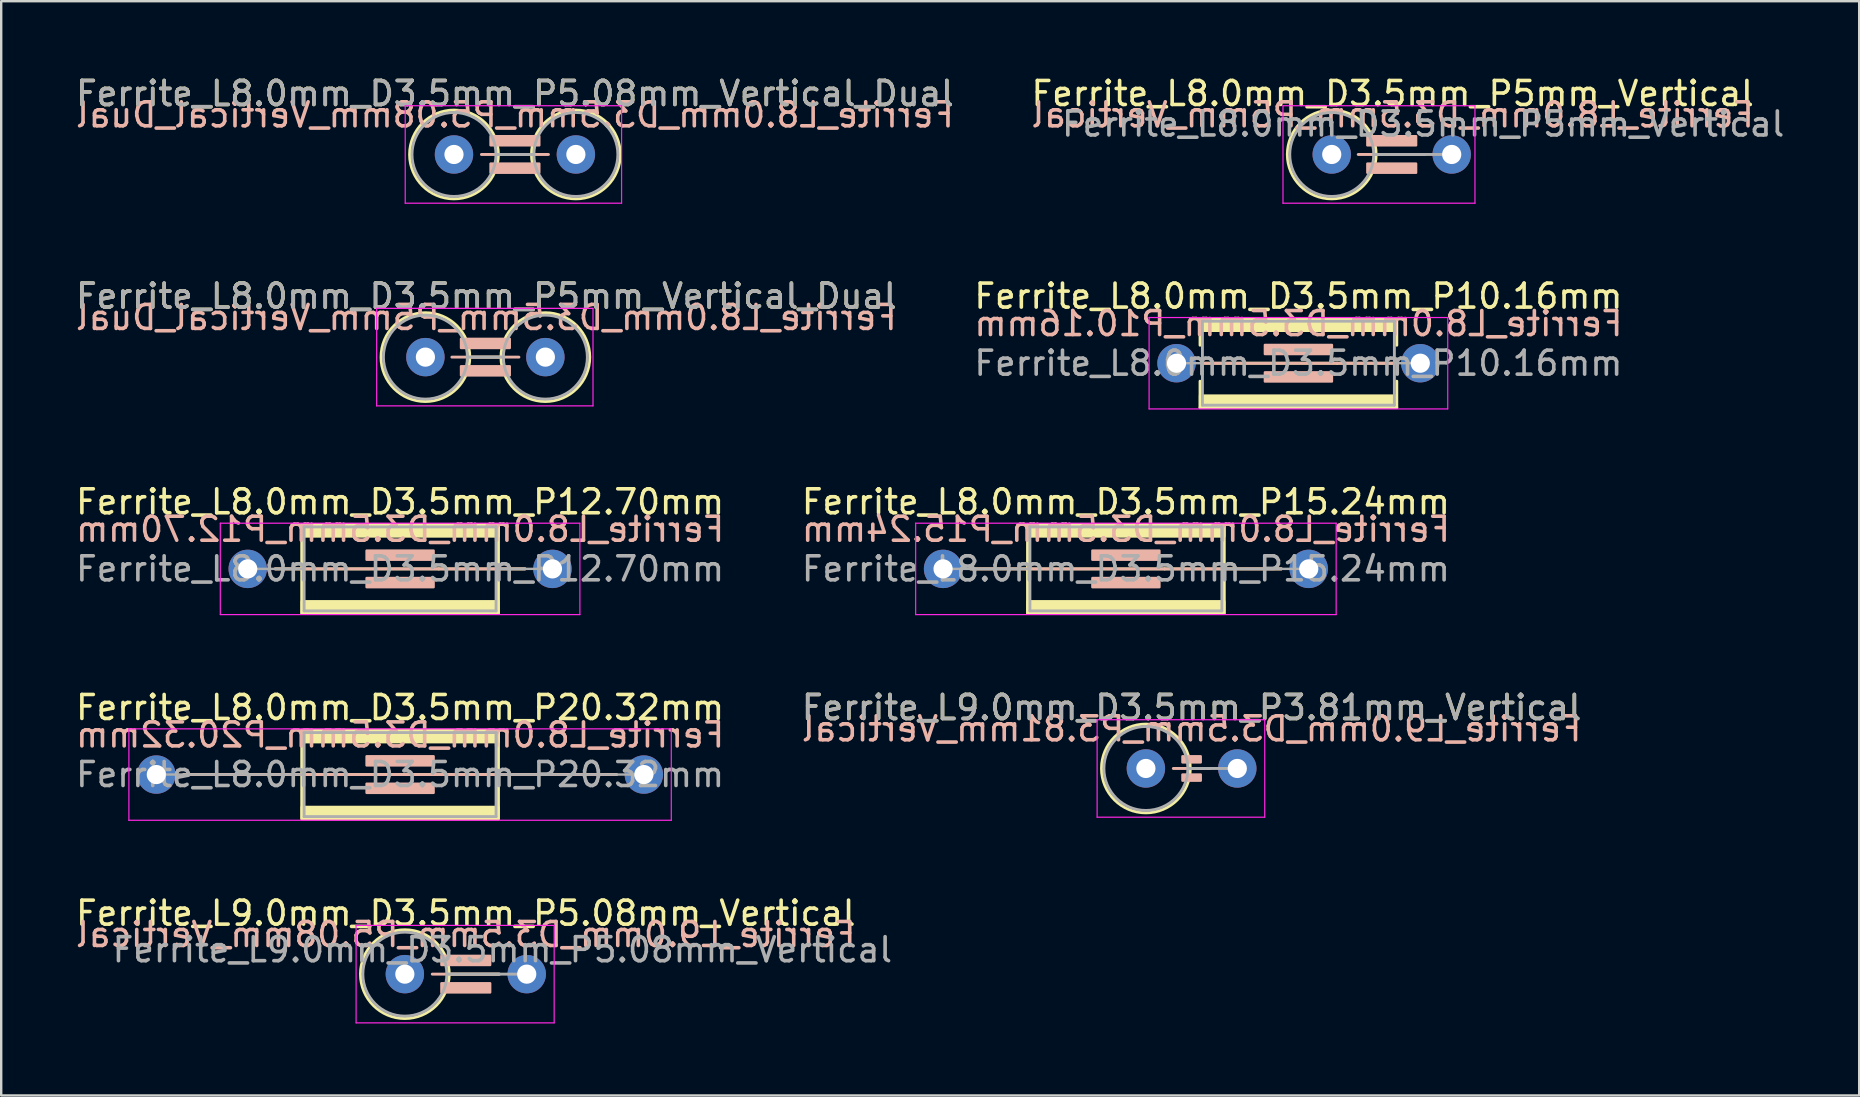
<source format=kicad_pcb>
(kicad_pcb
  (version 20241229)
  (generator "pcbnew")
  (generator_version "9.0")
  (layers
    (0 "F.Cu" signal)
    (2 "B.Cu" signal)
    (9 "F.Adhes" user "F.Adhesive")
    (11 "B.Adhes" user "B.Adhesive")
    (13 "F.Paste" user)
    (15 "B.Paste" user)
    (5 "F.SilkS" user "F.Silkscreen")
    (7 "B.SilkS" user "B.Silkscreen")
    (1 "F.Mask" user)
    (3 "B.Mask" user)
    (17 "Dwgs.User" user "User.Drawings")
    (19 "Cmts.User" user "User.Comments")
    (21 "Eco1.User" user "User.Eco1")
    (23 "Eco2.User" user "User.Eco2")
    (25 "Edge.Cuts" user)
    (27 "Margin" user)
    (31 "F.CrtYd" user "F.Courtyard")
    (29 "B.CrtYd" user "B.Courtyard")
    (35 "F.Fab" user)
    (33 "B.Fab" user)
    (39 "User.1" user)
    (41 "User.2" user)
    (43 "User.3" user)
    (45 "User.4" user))
  (footprint "Ferrite_L8.0mm_D3.5mm_P5mm_Vertical"
    (layer "F.Cu")
    (at 52.454 3.388)
    (property "Reference" "Ferrite_L8.0mm_D3.5mm_P5mm_Vertical" (at 2.54 -2.54 0) (layer "F.SilkS") (effects (font (size 1 1) (thickness 0.15))))
    (fp_line (start 1.85 0) (end 3.81 0) (stroke (width 0.12) (type solid)) (layer "F.SilkS"))
    (fp_circle (center 0 0) (end 0 -1.85) (stroke (width 0.12) (type solid)) (fill no) (layer "F.SilkS"))
    (fp_line (start 3.897 0) (end 1.103 0) (stroke (width 0.12) (type solid)) (layer "B.SilkS"))
    (fp_rect (start 1.484 -0.762) (end 3.516 -0.381) (stroke (width 0.1) (type solid)) (fill yes) (layer "B.SilkS"))
    (fp_rect (start 1.484 0.381) (end 3.516 0.762) (stroke (width 0.1) (type solid)) (fill yes) (layer "B.SilkS"))
    (fp_line (start -2.032 -2.032) (end 5.969 -2.032) (stroke (width 0.05) (type solid)) (layer "F.CrtYd"))
    (fp_line (start -2.032 2.032) (end -2.032 -2.032) (stroke (width 0.05) (type solid)) (layer "F.CrtYd"))
    (fp_line (start 5.969 -2.032) (end 5.969 2.032) (stroke (width 0.05) (type solid)) (layer "F.CrtYd"))
    (fp_line (start 5.969 2.032) (end -2.032 2.032) (stroke (width 0.05) (type solid)) (layer "F.CrtYd"))
    (fp_line (start 1.75 0) (end 5 0) (stroke (width 0.12) (type solid)) (layer "F.Fab"))
    (fp_circle (center 0 0) (end 0 -1.75) (stroke (width 0.12) (type solid)) (fill no) (layer "F.Fab"))
    (fp_text user "${REFERENCE}" (at 2.54 -1.651 0) (layer "B.SilkS") (effects (font (size 1 1) (thickness 0.15)) (justify mirror)))
    (fp_text user "${REFERENCE}" (at 3.81 -1.27 0) (layer "F.Fab") (effects (font (size 1 1) (thickness 0.15))))
    (pad "1" thru_hole circle (at 0 0) (size 1.6 1.6) (drill 0.8) (layers "*.Cu" "*.Mask"))
    (pad "2" thru_hole circle (at 5 0) (size 1.6 1.6) (drill 0.8) (layers "*.Cu" "*.Mask")))
  (footprint "Ferrite_L9.0mm_D3.5mm_P3.81mm_Vertical"
    (layer "F.Cu")
    (at 44.708 28.978)
    (property "Reference" "Ferrite_L9.0mm_D3.5mm_P3.81mm_Vertical" (at 1.905 -2.54 0) (layer "F.SilkS") (effects (font (size 1 1) (thickness 0.15))))
    (fp_line (start 1.85 0) (end 2.667 0) (stroke (width 0.12) (type solid)) (layer "F.SilkS"))
    (fp_circle (center 0 0) (end 0 -1.85) (stroke (width 0.12) (type solid)) (fill no) (layer "F.SilkS"))
    (fp_line (start 2.667 0) (end 1.143 0) (stroke (width 0.12) (type solid)) (layer "B.SilkS"))
    (fp_rect (start 1.524 -0.508) (end 2.286 -0.254) (stroke (width 0.1) (type solid)) (fill yes) (layer "B.SilkS"))
    (fp_rect (start 1.524 0.254) (end 2.286 0.508) (stroke (width 0.1) (type solid)) (fill yes) (layer "B.SilkS"))
    (fp_line (start -2.032 -2.032) (end 4.953 -2.032) (stroke (width 0.05) (type solid)) (layer "F.CrtYd"))
    (fp_line (start -2.032 2.032) (end -2.032 -2.032) (stroke (width 0.05) (type solid)) (layer "F.CrtYd"))
    (fp_line (start 4.953 -2.032) (end 4.953 2.032) (stroke (width 0.05) (type solid)) (layer "F.CrtYd"))
    (fp_line (start 4.953 2.032) (end -2.032 2.032) (stroke (width 0.05) (type solid)) (layer "F.CrtYd"))
    (fp_line (start 1.75 0) (end 3.81 0) (stroke (width 0.12) (type solid)) (layer "F.Fab"))
    (fp_circle (center 0 0) (end 0 -1.75) (stroke (width 0.12) (type solid)) (fill no) (layer "F.Fab"))
    (fp_text user "${REFERENCE}" (at 1.905 -1.651 0) (layer "B.SilkS") (effects (font (size 1 1) (thickness 0.15)) (justify mirror)))
    (fp_text user "${REFERENCE}" (at 1.905 -2.539 0) (layer "F.Fab") (effects (font (size 1 1) (thickness 0.15))))
    (pad "1" thru_hole circle (at 0 0) (size 1.6 1.6) (drill 0.8) (layers "*.Cu" "*.Mask"))
    (pad "2" thru_hole circle (at 3.81 0) (size 1.6 1.6) (drill 0.8) (layers "*.Cu" "*.Mask")))
  (footprint "Ferrite_L9.0mm_D3.5mm_P5.08mm_Vertical"
    (layer "F.Cu")
    (at 13.823 37.55)
    (property "Reference" "Ferrite_L9.0mm_D3.5mm_P5.08mm_Vertical" (at 2.54 -2.54 0) (layer "F.SilkS") (effects (font (size 1 1) (thickness 0.15))))
    (fp_line (start 1.85 0) (end 3.937 0) (stroke (width 0.12) (type solid)) (layer "F.SilkS"))
    (fp_circle (center 0 0) (end 0 -1.85) (stroke (width 0.12) (type solid)) (fill no) (layer "F.SilkS"))
    (fp_line (start 3.937 0) (end 1.143 0) (stroke (width 0.12) (type solid)) (layer "B.SilkS"))
    (fp_rect (start 1.524 -0.762) (end 3.556 -0.381) (stroke (width 0.1) (type solid)) (fill yes) (layer "B.SilkS"))
    (fp_rect (start 1.524 0.381) (end 3.556 0.762) (stroke (width 0.1) (type solid)) (fill yes) (layer "B.SilkS"))
    (fp_line (start -2.032 -2.032) (end 6.223 -2.032) (stroke (width 0.05) (type solid)) (layer "F.CrtYd"))
    (fp_line (start -2.032 2.032) (end -2.032 -2.032) (stroke (width 0.05) (type solid)) (layer "F.CrtYd"))
    (fp_line (start 6.223 -2.032) (end 6.223 2.032) (stroke (width 0.05) (type solid)) (layer "F.CrtYd"))
    (fp_line (start 6.223 2.032) (end -2.032 2.032) (stroke (width 0.05) (type solid)) (layer "F.CrtYd"))
    (fp_line (start 1.75 0) (end 5.08 0) (stroke (width 0.12) (type solid)) (layer "F.Fab"))
    (fp_circle (center 0 0) (end 0 -1.75) (stroke (width 0.12) (type solid)) (fill no) (layer "F.Fab"))
    (fp_text user "${REFERENCE}" (at 2.54 -1.651 0) (layer "B.SilkS") (effects (font (size 1 1) (thickness 0.15)) (justify mirror)))
    (fp_text user "${REFERENCE}" (at 4.064 -1.016 0) (layer "F.Fab") (effects (font (size 1 1) (thickness 0.15))))
    (pad "1" thru_hole circle (at 0 0) (size 1.6 1.6) (drill 0.8) (layers "*.Cu" "*.Mask"))
    (pad "2" thru_hole circle (at 5.08 0) (size 1.6 1.6) (drill 0.8) (layers "*.Cu" "*.Mask")))
  (footprint "Ferrite_L8.0mm_D3.5mm_P15.24mm"
    (layer "F.Cu")
    (at 36.255 20.66)
    (property "Reference" "Ferrite_L8.0mm_D3.5mm_P15.24mm" (at 7.62 -2.794 0) (layer "F.SilkS") (effects (font (size 1 1) (thickness 0.15))))
    (fp_line (start 9.234 0.000002) (end 1.143 0) (stroke (width 0.12) (type solid)) (layer "F.SilkS"))
    (fp_line (start 9.234 0.000002) (end 14.097 0) (stroke (width 0.12) (type solid)) (layer "F.SilkS"))
    (fp_rect (start 3.52 -1.85) (end 11.72 1.85) (stroke (width 0.12) (type solid)) (fill no) (layer "F.SilkS"))
    (fp_poly (pts (xy 3.52 1.35) (xy 11.72 1.35) (xy 11.72 1.85) (xy 3.52 1.85)) (stroke (width 0.1) (type solid)) (fill yes) (layer "F.SilkS"))
    (fp_poly (pts (xy 11.72 -1.35) (xy 3.52 -1.35) (xy 3.52 -1.85) (xy 11.72 -1.85)) (stroke (width 0.1) (type solid)) (fill yes) (layer "F.SilkS"))
    (fp_line (start 1.143 0) (end 14.097 0) (stroke (width 0.12) (type solid)) (layer "B.SilkS"))
    (fp_rect (start 6.223 -0.762) (end 9.017 -0.381) (stroke (width 0.1) (type solid)) (fill yes) (layer "B.SilkS"))
    (fp_rect (start 6.223 0.381) (end 9.017 0.762) (stroke (width 0.1) (type solid)) (fill yes) (layer "B.SilkS"))
    (fp_line (start -1.143 -1.905) (end 16.383 -1.905) (stroke (width 0.05) (type solid)) (layer "F.CrtYd"))
    (fp_line (start -1.143 1.905) (end -1.143 -1.905) (stroke (width 0.05) (type solid)) (layer "F.CrtYd"))
    (fp_line (start 16.383 -1.905) (end 16.383 1.905) (stroke (width 0.05) (type solid)) (layer "F.CrtYd"))
    (fp_line (start 16.383 1.905) (end -1.143 1.905) (stroke (width 0.05) (type solid)) (layer "F.CrtYd"))
    (fp_line (start 0 0) (end 3.62 0) (stroke (width 0.1) (type solid)) (layer "F.Fab"))
    (fp_line (start 3.62 -1.75) (end 3.62 1.75) (stroke (width 0.12) (type solid)) (layer "F.Fab"))
    (fp_line (start 3.62 -1.75) (end 11.62 -1.75) (stroke (width 0.12) (type solid)) (layer "F.Fab"))
    (fp_line (start 11.62 -1.75) (end 11.62 1.75) (stroke (width 0.12) (type solid)) (layer "F.Fab"))
    (fp_line (start 11.62 1.75) (end 3.62 1.75) (stroke (width 0.12) (type solid)) (layer "F.Fab"))
    (fp_line (start 15.24 0) (end 11.62 0) (stroke (width 0.1) (type solid)) (layer "F.Fab"))
    (fp_text user "${REFERENCE}" (at 7.62 -1.651 0) (layer "B.SilkS") (effects (font (size 1 1) (thickness 0.15)) (justify mirror)))
    (fp_text user "${REFERENCE}" (at 7.62 0 0) (layer "F.Fab") (effects (font (size 1 1) (thickness 0.15))))
    (pad "1" thru_hole circle (at 0 0) (size 1.6 1.6) (drill 0.8) (layers "*.Cu" "*.Mask"))
    (pad "2" thru_hole circle (at 15.24 0) (size 1.6 1.6) (drill 0.8) (layers "*.Cu" "*.Mask")))
  (footprint "Ferrite_L8.0mm_D3.5mm_P10.16mm"
    (layer "F.Cu")
    (at 45.985 12.088)
    (property "Reference" "Ferrite_L8.0mm_D3.5mm_P10.16mm" (at 5.08 -2.794 0) (layer "F.SilkS") (effects (font (size 1 1) (thickness 0.15))))
    (fp_line (start 0.98 -1.85) (end 0.98 -0.75) (stroke (width 0.12) (type solid)) (layer "F.SilkS"))
    (fp_line (start 0.98 0.75) (end 0.98 1.85) (stroke (width 0.12) (type solid)) (layer "F.SilkS"))
    (fp_line (start 0.98 1.85) (end 9.18 1.85) (stroke (width 0.12) (type solid)) (layer "F.SilkS"))
    (fp_line (start 6.694 0.000002) (end 1.143 0) (stroke (width 0.12) (type solid)) (layer "F.SilkS"))
    (fp_line (start 6.694 0.000002) (end 9.017 0) (stroke (width 0.12) (type solid)) (layer "F.SilkS"))
    (fp_line (start 9.18 -1.85) (end 0.98 -1.85) (stroke (width 0.12) (type solid)) (layer "F.SilkS"))
    (fp_line (start 9.18 -0.75) (end 9.18 -1.85) (stroke (width 0.12) (type solid)) (layer "F.SilkS"))
    (fp_line (start 9.18 1.85) (end 9.18 0.75) (stroke (width 0.12) (type solid)) (layer "F.SilkS"))
    (fp_poly (pts (xy 0.98 1.35) (xy 9.18 1.35) (xy 9.18 1.85) (xy 0.98 1.85)) (stroke (width 0.1) (type solid)) (fill yes) (layer "F.SilkS"))
    (fp_poly (pts (xy 9.18 -1.35) (xy 0.98 -1.35) (xy 0.98 -1.85) (xy 9.18 -1.85)) (stroke (width 0.1) (type solid)) (fill yes) (layer "F.SilkS"))
    (fp_line (start 1.143 0) (end 9.017 0) (stroke (width 0.12) (type solid)) (layer "B.SilkS"))
    (fp_rect (start 3.683 -0.762) (end 6.477 -0.381) (stroke (width 0.1) (type solid)) (fill yes) (layer "B.SilkS"))
    (fp_rect (start 3.683 0.381) (end 6.477 0.762) (stroke (width 0.1) (type solid)) (fill yes) (layer "B.SilkS"))
    (fp_line (start -1.143 -1.905) (end 11.303 -1.905) (stroke (width 0.05) (type solid)) (layer "F.CrtYd"))
    (fp_line (start -1.143 1.905) (end -1.143 -1.905) (stroke (width 0.05) (type solid)) (layer "F.CrtYd"))
    (fp_line (start 11.303 -1.905) (end 11.303 1.905) (stroke (width 0.05) (type solid)) (layer "F.CrtYd"))
    (fp_line (start 11.303 1.905) (end -1.143 1.905) (stroke (width 0.05) (type solid)) (layer "F.CrtYd"))
    (fp_line (start 1.08 -1.75) (end 9.08 -1.75) (stroke (width 0.12) (type solid)) (layer "F.Fab"))
    (fp_line (start 1.08 0) (end 0 0) (stroke (width 0.1) (type solid)) (layer "F.Fab"))
    (fp_line (start 1.08 1.75) (end 1.08 -1.75) (stroke (width 0.12) (type solid)) (layer "F.Fab"))
    (fp_line (start 9.08 1.75) (end 1.08 1.75) (stroke (width 0.12) (type solid)) (layer "F.Fab"))
    (fp_line (start 9.08 1.75) (end 9.08 -1.75) (stroke (width 0.12) (type solid)) (layer "F.Fab"))
    (fp_line (start 10.16 0) (end 9.08 0) (stroke (width 0.1) (type solid)) (layer "F.Fab"))
    (fp_text user "${REFERENCE}" (at 5.08 -1.651 0) (layer "B.SilkS") (effects (font (size 1 1) (thickness 0.15)) (justify mirror)))
    (fp_text user "${REFERENCE}" (at 5.08 0 0) (layer "F.Fab") (effects (font (size 1 1) (thickness 0.15))))
    (pad "1" thru_hole circle (at 0 0) (size 1.6 1.6) (drill 0.8) (layers "*.Cu" "*.Mask"))
    (pad "2" thru_hole circle (at 10.16 0) (size 1.6 1.6) (drill 0.8) (layers "*.Cu" "*.Mask")))
  (footprint "Ferrite_L8.0mm_D3.5mm_P20.32mm"
    (layer "F.Cu")
    (at 3.465 29.232)
    (property "Reference" "Ferrite_L8.0mm_D3.5mm_P20.32mm" (at 10.16 -2.794 0) (layer "F.SilkS") (effects (font (size 1 1) (thickness 0.15))))
    (fp_line (start 11.774 0.000002) (end 1.143 0) (stroke (width 0.12) (type solid)) (layer "F.SilkS"))
    (fp_line (start 11.774 0.000002) (end 19.177 0) (stroke (width 0.12) (type solid)) (layer "F.SilkS"))
    (fp_rect (start 6.06 -1.85) (end 14.26 1.85) (stroke (width 0.12) (type solid)) (fill no) (layer "F.SilkS"))
    (fp_poly (pts (xy 6.06 1.35) (xy 14.26 1.35) (xy 14.26 1.85) (xy 6.06 1.85)) (stroke (width 0.1) (type solid)) (fill yes) (layer "F.SilkS"))
    (fp_poly (pts (xy 14.26 -1.35) (xy 6.06 -1.35) (xy 6.06 -1.85) (xy 14.26 -1.85)) (stroke (width 0.1) (type solid)) (fill yes) (layer "F.SilkS"))
    (fp_line (start 1.143 0) (end 19.177 0) (stroke (width 0.12) (type solid)) (layer "B.SilkS"))
    (fp_rect (start 8.763 -0.762) (end 11.557 -0.381) (stroke (width 0.1) (type solid)) (fill yes) (layer "B.SilkS"))
    (fp_rect (start 8.763 0.381) (end 11.557 0.762) (stroke (width 0.1) (type solid)) (fill yes) (layer "B.SilkS"))
    (fp_line (start -1.143 -1.905) (end 21.463 -1.905) (stroke (width 0.05) (type solid)) (layer "F.CrtYd"))
    (fp_line (start -1.143 1.905) (end -1.143 -1.905) (stroke (width 0.05) (type solid)) (layer "F.CrtYd"))
    (fp_line (start 21.463 -1.905) (end 21.463 1.905) (stroke (width 0.05) (type solid)) (layer "F.CrtYd"))
    (fp_line (start 21.463 1.905) (end -1.143 1.905) (stroke (width 0.05) (type solid)) (layer "F.CrtYd"))
    (fp_line (start 0 0) (end 6.16 0) (stroke (width 0.1) (type solid)) (layer "F.Fab"))
    (fp_line (start 6.16 -1.75) (end 6.16 1.75) (stroke (width 0.12) (type solid)) (layer "F.Fab"))
    (fp_line (start 6.16 -1.75) (end 14.16 -1.75) (stroke (width 0.12) (type solid)) (layer "F.Fab"))
    (fp_line (start 14.16 -1.75) (end 14.16 1.75) (stroke (width 0.12) (type solid)) (layer "F.Fab"))
    (fp_line (start 14.16 1.75) (end 6.16 1.75) (stroke (width 0.12) (type solid)) (layer "F.Fab"))
    (fp_line (start 20.32 0) (end 14.16 0) (stroke (width 0.1) (type solid)) (layer "F.Fab"))
    (fp_text user "${REFERENCE}" (at 10.16 -1.651 0) (layer "B.SilkS") (effects (font (size 1 1) (thickness 0.15)) (justify mirror)))
    (fp_text user "${REFERENCE}" (at 10.16 0 0) (layer "F.Fab") (effects (font (size 1 1) (thickness 0.15))))
    (pad "1" thru_hole circle (at 0 0) (size 1.6 1.6) (drill 0.8) (layers "*.Cu" "*.Mask"))
    (pad "2" thru_hole circle (at 20.32 0) (size 1.6 1.6) (drill 0.8) (layers "*.Cu" "*.Mask")))
  (footprint "Ferrite_L8.0mm_D3.5mm_P5.08mm_Vertical_Dual"
    (layer "F.Cu")
    (at 15.871 3.388)
    (property "Reference" "Ferrite_L8.0mm_D3.5mm_P5.08mm_Vertical_Dual" (at 2.54 -2.54 0) (layer "F.SilkS") (effects (font (size 1 1) (thickness 0.15))))
    (fp_line (start 1.85 0) (end 3.23 0) (stroke (width 0.12) (type solid)) (layer "F.SilkS"))
    (fp_circle (center 0 0) (end 0 -1.85) (stroke (width 0.12) (type solid)) (fill no) (layer "F.SilkS"))
    (fp_circle (center 5.08 0) (end 5.08 -1.85) (stroke (width 0.12) (type solid)) (fill no) (layer "F.SilkS"))
    (fp_line (start 3.937 0) (end 1.143 0) (stroke (width 0.12) (type solid)) (layer "B.SilkS"))
    (fp_rect (start 1.524 -0.762) (end 3.556 -0.381) (stroke (width 0.1) (type solid)) (fill yes) (layer "B.SilkS"))
    (fp_rect (start 1.524 0.381) (end 3.556 0.762) (stroke (width 0.1) (type solid)) (fill yes) (layer "B.SilkS"))
    (fp_line (start -2.032 -2.032) (end 6.985 -2.032) (stroke (width 0.05) (type solid)) (layer "F.CrtYd"))
    (fp_line (start -2.032 2.032) (end -2.032 -2.032) (stroke (width 0.05) (type solid)) (layer "F.CrtYd"))
    (fp_line (start 6.985 -2.032) (end 6.985 2.032) (stroke (width 0.05) (type solid)) (layer "F.CrtYd"))
    (fp_line (start 6.985 2.032) (end -2.032 2.032) (stroke (width 0.05) (type solid)) (layer "F.CrtYd"))
    (fp_line (start 1.75 0) (end 3.33 0) (stroke (width 0.12) (type solid)) (layer "F.Fab"))
    (fp_circle (center 0 0) (end 0 -1.75) (stroke (width 0.12) (type solid)) (fill no) (layer "F.Fab"))
    (fp_circle (center 5.08 0) (end 5.08 -1.75) (stroke (width 0.12) (type solid)) (fill no) (layer "F.Fab"))
    (fp_text user "${REFERENCE}" (at 2.54 -1.651 0) (layer "B.SilkS") (effects (font (size 1 1) (thickness 0.15)) (justify mirror)))
    (fp_text user "${REFERENCE}" (at 2.54 -2.539 0) (layer "F.Fab") (effects (font (size 1 1) (thickness 0.15))))
    (pad "1" thru_hole circle (at 0 0) (size 1.6 1.6) (drill 0.8) (layers "*.Cu" "*.Mask"))
    (pad "2" thru_hole circle (at 5.08 0) (size 1.6 1.6) (drill 0.8) (layers "*.Cu" "*.Mask")))
  (footprint "Ferrite_L8.0mm_D3.5mm_P12.70mm"
    (layer "F.Cu")
    (at 7.275 20.66)
    (property "Reference" "Ferrite_L8.0mm_D3.5mm_P12.70mm" (at 6.35 -2.794 0) (layer "F.SilkS") (effects (font (size 1 1) (thickness 0.15))))
    (fp_line (start 7.964 0.000002) (end 1.143 0) (stroke (width 0.12) (type solid)) (layer "F.SilkS"))
    (fp_line (start 7.964 0.000002) (end 11.557 0) (stroke (width 0.12) (type solid)) (layer "F.SilkS"))
    (fp_rect (start 2.25 -1.85) (end 10.45 1.85) (stroke (width 0.12) (type solid)) (fill no) (layer "F.SilkS"))
    (fp_poly (pts (xy 2.25 1.35) (xy 10.45 1.35) (xy 10.45 1.85) (xy 2.25 1.85)) (stroke (width 0.1) (type solid)) (fill yes) (layer "F.SilkS"))
    (fp_poly (pts (xy 10.45 -1.35) (xy 2.25 -1.35) (xy 2.25 -1.85) (xy 10.45 -1.85)) (stroke (width 0.1) (type solid)) (fill yes) (layer "F.SilkS"))
    (fp_line (start 1.143 0) (end 11.557 0) (stroke (width 0.12) (type solid)) (layer "B.SilkS"))
    (fp_rect (start 4.953 -0.762) (end 7.747 -0.381) (stroke (width 0.1) (type solid)) (fill yes) (layer "B.SilkS"))
    (fp_rect (start 4.953 0.381) (end 7.747 0.762) (stroke (width 0.1) (type solid)) (fill yes) (layer "B.SilkS"))
    (fp_line (start -1.143 -1.905) (end 13.843 -1.905) (stroke (width 0.05) (type solid)) (layer "F.CrtYd"))
    (fp_line (start -1.143 1.905) (end -1.143 -1.905) (stroke (width 0.05) (type solid)) (layer "F.CrtYd"))
    (fp_line (start 13.843 -1.905) (end 13.843 1.905) (stroke (width 0.05) (type solid)) (layer "F.CrtYd"))
    (fp_line (start 13.843 1.905) (end -1.143 1.905) (stroke (width 0.05) (type solid)) (layer "F.CrtYd"))
    (fp_line (start 0 0) (end 2.35 0) (stroke (width 0.1) (type solid)) (layer "F.Fab"))
    (fp_line (start 2.35 -1.75) (end 2.35 1.75) (stroke (width 0.12) (type solid)) (layer "F.Fab"))
    (fp_line (start 2.35 -1.75) (end 10.35 -1.75) (stroke (width 0.12) (type solid)) (layer "F.Fab"))
    (fp_line (start 10.35 -1.75) (end 10.35 1.75) (stroke (width 0.12) (type solid)) (layer "F.Fab"))
    (fp_line (start 10.35 1.75) (end 2.35 1.75) (stroke (width 0.12) (type solid)) (layer "F.Fab"))
    (fp_line (start 12.7 0) (end 10.35 0) (stroke (width 0.1) (type solid)) (layer "F.Fab"))
    (fp_text user "${REFERENCE}" (at 6.35 -1.651 0) (layer "B.SilkS") (effects (font (size 1 1) (thickness 0.15)) (justify mirror)))
    (fp_text user "${REFERENCE}" (at 6.35 0 0) (layer "F.Fab") (effects (font (size 1 1) (thickness 0.15))))
    (pad "1" thru_hole circle (at 0 0) (size 1.6 1.6) (drill 0.8) (layers "*.Cu" "*.Mask"))
    (pad "2" thru_hole circle (at 12.7 0) (size 1.6 1.6) (drill 0.8) (layers "*.Cu" "*.Mask")))
  (footprint "Ferrite_L8.0mm_D3.5mm_P5mm_Vertical_Dual"
    (layer "F.Cu")
    (at 14.68 11.834)
    (property "Reference" "Ferrite_L8.0mm_D3.5mm_P5mm_Vertical_Dual" (at 2.54 -2.54 0) (layer "F.SilkS") (effects (font (size 1 1) (thickness 0.15))))
    (fp_line (start 1.85 0) (end 3.15 0) (stroke (width 0.12) (type solid)) (layer "F.SilkS"))
    (fp_circle (center 0 0) (end 0 -1.85) (stroke (width 0.12) (type solid)) (fill no) (layer "F.SilkS"))
    (fp_circle (center 5 0) (end 5 -1.85) (stroke (width 0.12) (type solid)) (fill no) (layer "F.SilkS"))
    (fp_line (start 3.897 0) (end 1.103 0) (stroke (width 0.12) (type solid)) (layer "B.SilkS"))
    (fp_rect (start 1.484 -0.762) (end 3.516 -0.381) (stroke (width 0.1) (type solid)) (fill yes) (layer "B.SilkS"))
    (fp_rect (start 1.484 0.381) (end 3.516 0.762) (stroke (width 0.1) (type solid)) (fill yes) (layer "B.SilkS"))
    (fp_line (start -2.032 -2.032) (end 6.985 -2.032) (stroke (width 0.05) (type solid)) (layer "F.CrtYd"))
    (fp_line (start -2.032 2.032) (end -2.032 -2.032) (stroke (width 0.05) (type solid)) (layer "F.CrtYd"))
    (fp_line (start 6.985 -2.032) (end 6.985 2.032) (stroke (width 0.05) (type solid)) (layer "F.CrtYd"))
    (fp_line (start 6.985 2.032) (end -2.032 2.032) (stroke (width 0.05) (type solid)) (layer "F.CrtYd"))
    (fp_line (start 1.75 0) (end 3.25 0) (stroke (width 0.12) (type solid)) (layer "F.Fab"))
    (fp_circle (center 0 0) (end 0 -1.75) (stroke (width 0.12) (type solid)) (fill no) (layer "F.Fab"))
    (fp_circle (center 5 0) (end 5 -1.75) (stroke (width 0.12) (type solid)) (fill no) (layer "F.Fab"))
    (fp_text user "${REFERENCE}" (at 2.54 -1.651 0) (layer "B.SilkS") (effects (font (size 1 1) (thickness 0.15)) (justify mirror)))
    (fp_text user "${REFERENCE}" (at 2.54 -2.539 0) (layer "F.Fab") (effects (font (size 1 1) (thickness 0.15))))
    (pad "1" thru_hole circle (at 0 0) (size 1.6 1.6) (drill 0.8) (layers "*.Cu" "*.Mask"))
    (pad "2" thru_hole circle (at 5 0) (size 1.6 1.6) (drill 0.8) (layers "*.Cu" "*.Mask")))
  (gr_rect
    (start -3 -3)
    (end 74.437 42.607)
    (stroke (width 0.1) (type default))
    (fill no)
    (layer "Edge.Cuts")))
</source>
